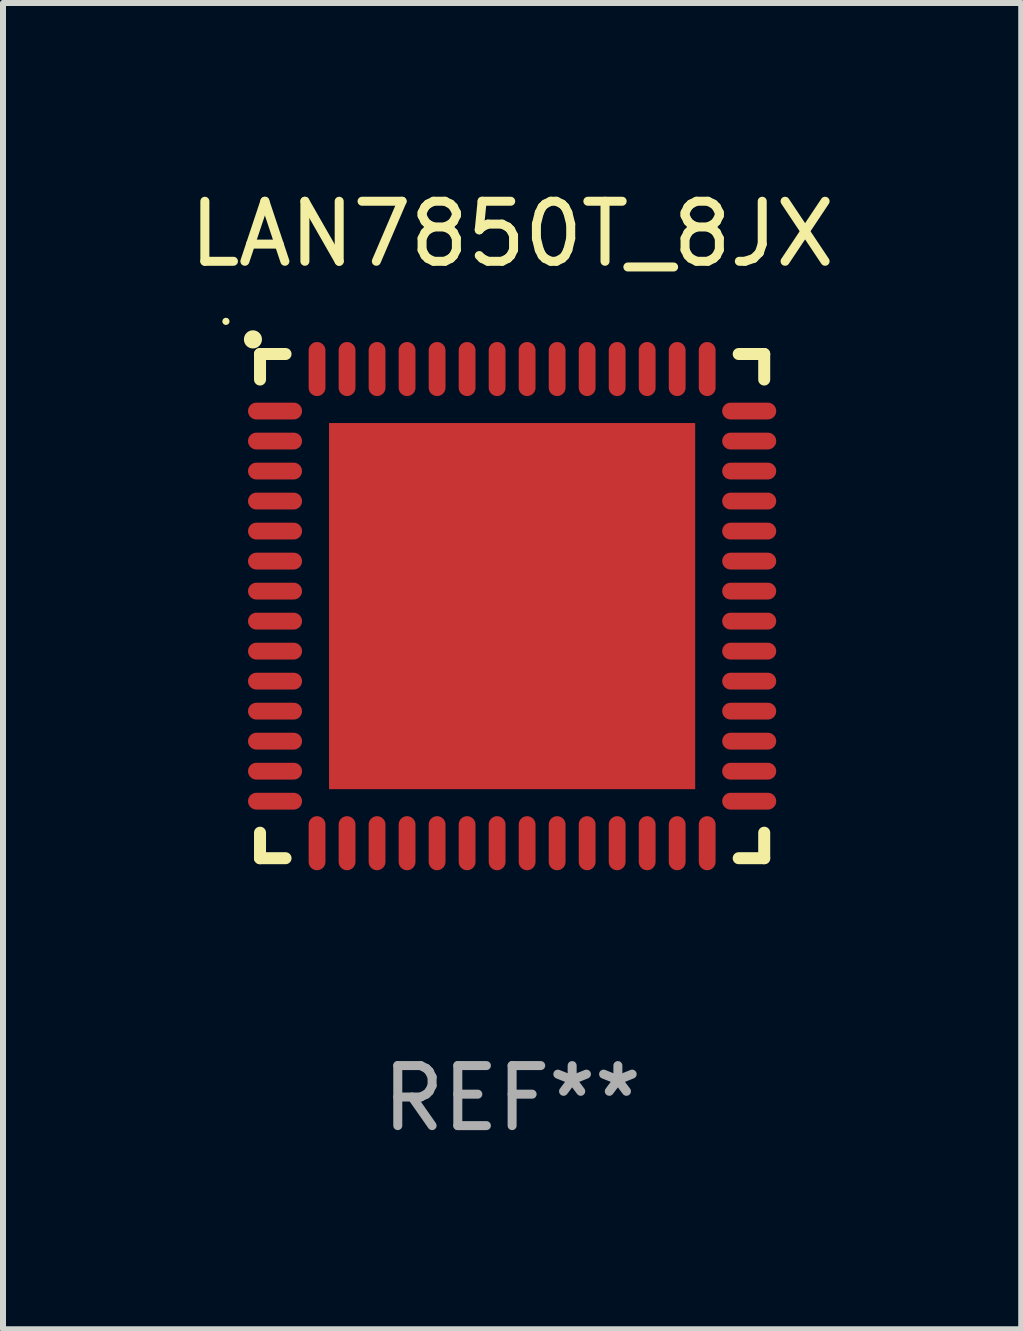
<source format=kicad_pcb>
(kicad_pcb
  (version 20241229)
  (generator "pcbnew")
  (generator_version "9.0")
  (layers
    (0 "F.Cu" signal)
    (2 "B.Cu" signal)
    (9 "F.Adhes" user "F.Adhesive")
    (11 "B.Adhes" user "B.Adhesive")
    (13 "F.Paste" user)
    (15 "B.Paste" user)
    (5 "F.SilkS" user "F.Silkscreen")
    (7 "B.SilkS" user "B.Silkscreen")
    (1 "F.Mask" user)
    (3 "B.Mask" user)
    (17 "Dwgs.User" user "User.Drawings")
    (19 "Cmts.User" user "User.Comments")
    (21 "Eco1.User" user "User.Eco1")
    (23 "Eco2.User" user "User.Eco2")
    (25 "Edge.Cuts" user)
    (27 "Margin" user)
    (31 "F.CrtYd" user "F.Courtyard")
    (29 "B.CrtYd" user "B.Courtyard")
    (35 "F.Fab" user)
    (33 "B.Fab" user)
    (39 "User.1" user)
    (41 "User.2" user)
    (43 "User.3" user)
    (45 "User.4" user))
  (footprint "LAN7850T_8JX"
    (layer "F.Cu")
    (at 5.482 7.048)
    (property "Reference" "LAN7850T_8JX" (at 0 -6.2 0) (layer "F.SilkS") (effects (font (size 1 1) (thickness 0.15))))
    (attr through_hole)
    (fp_line (start -4.2 -4.2) (end -3.775 -4.2) (stroke (width 0.2) (type solid)) (layer "F.SilkS"))
    (fp_line (start -4.2 -3.775) (end -4.2 -4.2) (stroke (width 0.2) (type solid)) (layer "F.SilkS"))
    (fp_line (start -4.2 3.775) (end -4.2 4.2) (stroke (width 0.2) (type solid)) (layer "F.SilkS"))
    (fp_line (start -4.2 4.2) (end -3.775 4.2) (stroke (width 0.2) (type solid)) (layer "F.SilkS"))
    (fp_line (start 3.775 4.2) (end 4.2 4.2) (stroke (width 0.2) (type solid)) (layer "F.SilkS"))
    (fp_line (start 4.2 -4.2) (end 3.775 -4.2) (stroke (width 0.2) (type solid)) (layer "F.SilkS"))
    (fp_line (start 4.2 -3.775) (end 4.2 -4.2) (stroke (width 0.2) (type solid)) (layer "F.SilkS"))
    (fp_line (start 4.2 4.2) (end 4.2 3.775) (stroke (width 0.2) (type solid)) (layer "F.SilkS"))
    (fp_arc (start -4.318009 -4.442469) (mid -4.318014 -4.443739) (end -4.318009 -4.445009) (stroke (width 0.3) (type solid)) (layer "F.SilkS"))
    (fp_circle (center -4.768 -4.744) (end -4.738 -4.744) (stroke (width 0.06) (type solid)) (fill no) (layer "F.SilkS"))
    (fp_text user "REF**" (at 0 8.2 0) (layer "F.Fab") (effects (font (size 1 1) (thickness 0.15))))
    (pad "1" smd oval (at -3.95 -3.25 90) (size 0.28 0.9) (layers "F.Cu" "F.Mask" "F.Paste"))
    (pad "2" smd oval (at -3.95 -2.75 90) (size 0.28 0.9) (layers "F.Cu" "F.Mask" "F.Paste"))
    (pad "3" smd oval (at -3.95 -2.25 90) (size 0.28 0.9) (layers "F.Cu" "F.Mask" "F.Paste"))
    (pad "4" smd oval (at -3.95 -1.75 90) (size 0.28 0.9) (layers "F.Cu" "F.Mask" "F.Paste"))
    (pad "5" smd oval (at -3.95 -1.25 90) (size 0.28 0.9) (layers "F.Cu" "F.Mask" "F.Paste"))
    (pad "6" smd oval (at -3.95 -0.75 90) (size 0.28 0.9) (layers "F.Cu" "F.Mask" "F.Paste"))
    (pad "7" smd oval (at -3.95 -0.25 90) (size 0.28 0.9) (layers "F.Cu" "F.Mask" "F.Paste"))
    (pad "8" smd oval (at -3.95 0.25 90) (size 0.28 0.9) (layers "F.Cu" "F.Mask" "F.Paste"))
    (pad "9" smd oval (at -3.95 0.75 90) (size 0.28 0.9) (layers "F.Cu" "F.Mask" "F.Paste"))
    (pad "10" smd oval (at -3.95 1.25 90) (size 0.28 0.9) (layers "F.Cu" "F.Mask" "F.Paste"))
    (pad "11" smd oval (at -3.95 1.75 90) (size 0.28 0.9) (layers "F.Cu" "F.Mask" "F.Paste"))
    (pad "12" smd oval (at -3.95 2.25 90) (size 0.28 0.9) (layers "F.Cu" "F.Mask" "F.Paste"))
    (pad "13" smd oval (at -3.95 2.75 90) (size 0.28 0.9) (layers "F.Cu" "F.Mask" "F.Paste"))
    (pad "14" smd oval (at -3.95 3.25 90) (size 0.28 0.9) (layers "F.Cu" "F.Mask" "F.Paste"))
    (pad "15" smd oval (at -3.25 3.95) (size 0.28 0.9) (layers "F.Cu" "F.Mask" "F.Paste"))
    (pad "16" smd oval (at -2.75 3.95) (size 0.28 0.9) (layers "F.Cu" "F.Mask" "F.Paste"))
    (pad "17" smd oval (at -2.25 3.95) (size 0.28 0.9) (layers "F.Cu" "F.Mask" "F.Paste"))
    (pad "18" smd oval (at -1.75 3.95) (size 0.28 0.9) (layers "F.Cu" "F.Mask" "F.Paste"))
    (pad "19" smd oval (at -1.25 3.95) (size 0.28 0.9) (layers "F.Cu" "F.Mask" "F.Paste"))
    (pad "20" smd oval (at -0.75 3.95) (size 0.28 0.9) (layers "F.Cu" "F.Mask" "F.Paste"))
    (pad "21" smd oval (at -0.25 3.95) (size 0.28 0.9) (layers "F.Cu" "F.Mask" "F.Paste"))
    (pad "22" smd oval (at 0.25 3.95) (size 0.28 0.9) (layers "F.Cu" "F.Mask" "F.Paste"))
    (pad "23" smd oval (at 0.75 3.95) (size 0.28 0.9) (layers "F.Cu" "F.Mask" "F.Paste"))
    (pad "24" smd oval (at 1.25 3.95) (size 0.28 0.9) (layers "F.Cu" "F.Mask" "F.Paste"))
    (pad "25" smd oval (at 1.75 3.95) (size 0.28 0.9) (layers "F.Cu" "F.Mask" "F.Paste"))
    (pad "26" smd oval (at 2.25 3.95) (size 0.28 0.9) (layers "F.Cu" "F.Mask" "F.Paste"))
    (pad "27" smd oval (at 2.75 3.95) (size 0.28 0.9) (layers "F.Cu" "F.Mask" "F.Paste"))
    (pad "28" smd oval (at 3.25 3.95) (size 0.28 0.9) (layers "F.Cu" "F.Mask" "F.Paste"))
    (pad "29" smd oval (at 3.95 3.25 90) (size 0.28 0.9) (layers "F.Cu" "F.Mask" "F.Paste"))
    (pad "30" smd oval (at 3.95 2.75 90) (size 0.28 0.9) (layers "F.Cu" "F.Mask" "F.Paste"))
    (pad "31" smd oval (at 3.95 2.25 90) (size 0.28 0.9) (layers "F.Cu" "F.Mask" "F.Paste"))
    (pad "32" smd oval (at 3.95 1.75 90) (size 0.28 0.9) (layers "F.Cu" "F.Mask" "F.Paste"))
    (pad "33" smd oval (at 3.95 1.25 90) (size 0.28 0.9) (layers "F.Cu" "F.Mask" "F.Paste"))
    (pad "34" smd oval (at 3.95 0.75 90) (size 0.28 0.9) (layers "F.Cu" "F.Mask" "F.Paste"))
    (pad "35" smd oval (at 3.95 0.25 90) (size 0.28 0.9) (layers "F.Cu" "F.Mask" "F.Paste"))
    (pad "36" smd oval (at 3.95 -0.25 90) (size 0.28 0.9) (layers "F.Cu" "F.Mask" "F.Paste"))
    (pad "37" smd oval (at 3.95 -0.75 90) (size 0.28 0.9) (layers "F.Cu" "F.Mask" "F.Paste"))
    (pad "38" smd oval (at 3.95 -1.25 90) (size 0.28 0.9) (layers "F.Cu" "F.Mask" "F.Paste"))
    (pad "39" smd oval (at 3.95 -1.75 90) (size 0.28 0.9) (layers "F.Cu" "F.Mask" "F.Paste"))
    (pad "40" smd oval (at 3.95 -2.25 90) (size 0.28 0.9) (layers "F.Cu" "F.Mask" "F.Paste"))
    (pad "41" smd oval (at 3.95 -2.75 90) (size 0.28 0.9) (layers "F.Cu" "F.Mask" "F.Paste"))
    (pad "42" smd oval (at 3.95 -3.25 90) (size 0.28 0.9) (layers "F.Cu" "F.Mask" "F.Paste"))
    (pad "43" smd oval (at 3.25 -3.95) (size 0.28 0.9) (layers "F.Cu" "F.Mask" "F.Paste"))
    (pad "44" smd oval (at 2.75 -3.95) (size 0.28 0.9) (layers "F.Cu" "F.Mask" "F.Paste"))
    (pad "45" smd oval (at 2.25 -3.95) (size 0.28 0.9) (layers "F.Cu" "F.Mask" "F.Paste"))
    (pad "46" smd oval (at 1.75 -3.95) (size 0.28 0.9) (layers "F.Cu" "F.Mask" "F.Paste"))
    (pad "47" smd oval (at 1.25 -3.95) (size 0.28 0.9) (layers "F.Cu" "F.Mask" "F.Paste"))
    (pad "48" smd oval (at 0.75 -3.95) (size 0.28 0.9) (layers "F.Cu" "F.Mask" "F.Paste"))
    (pad "49" smd oval (at 0.25 -3.95) (size 0.28 0.9) (layers "F.Cu" "F.Mask" "F.Paste"))
    (pad "50" smd oval (at -0.25 -3.95) (size 0.28 0.9) (layers "F.Cu" "F.Mask" "F.Paste"))
    (pad "51" smd oval (at -0.75 -3.95) (size 0.28 0.9) (layers "F.Cu" "F.Mask" "F.Paste"))
    (pad "52" smd oval (at -1.25 -3.95) (size 0.28 0.9) (layers "F.Cu" "F.Mask" "F.Paste"))
    (pad "53" smd oval (at -1.75 -3.95) (size 0.28 0.9) (layers "F.Cu" "F.Mask" "F.Paste"))
    (pad "54" smd oval (at -2.25 -3.95) (size 0.28 0.9) (layers "F.Cu" "F.Mask" "F.Paste"))
    (pad "55" smd oval (at -2.75 -3.95) (size 0.28 0.9) (layers "F.Cu" "F.Mask" "F.Paste"))
    (pad "56" smd oval (at -3.25 -3.95) (size 0.28 0.9) (layers "F.Cu" "F.Mask" "F.Paste"))
    (pad "57" smd rect (at 0 0) (size 6.1 6.1) (layers "F.Cu" "F.Mask" "F.Paste")))
  (gr_rect
    (start -3 -3)
    (end 13.964 19.096)
    (stroke (width 0.1) (type default))
    (fill no)
    (layer "Edge.Cuts")))
</source>
